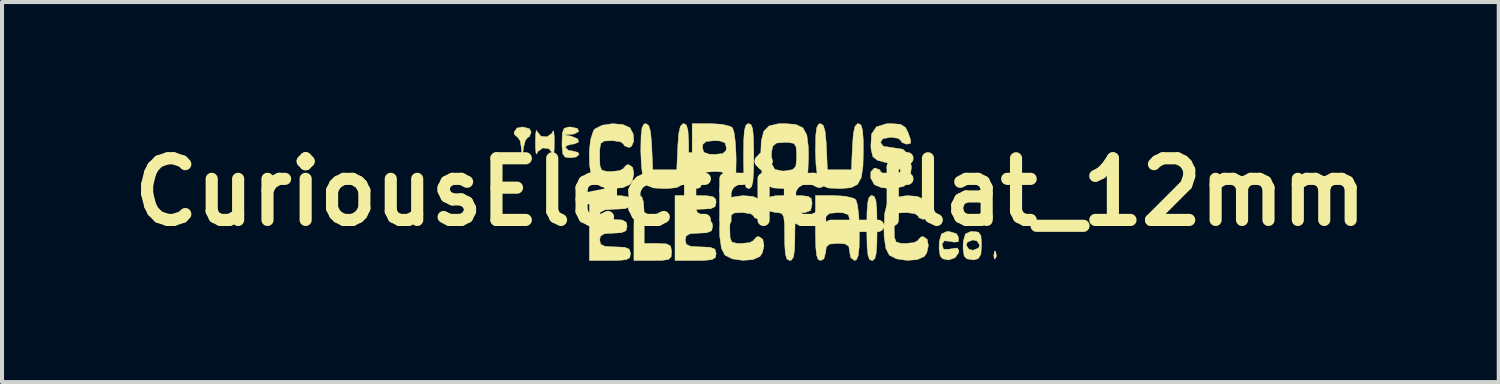
<source format=kicad_pcb>
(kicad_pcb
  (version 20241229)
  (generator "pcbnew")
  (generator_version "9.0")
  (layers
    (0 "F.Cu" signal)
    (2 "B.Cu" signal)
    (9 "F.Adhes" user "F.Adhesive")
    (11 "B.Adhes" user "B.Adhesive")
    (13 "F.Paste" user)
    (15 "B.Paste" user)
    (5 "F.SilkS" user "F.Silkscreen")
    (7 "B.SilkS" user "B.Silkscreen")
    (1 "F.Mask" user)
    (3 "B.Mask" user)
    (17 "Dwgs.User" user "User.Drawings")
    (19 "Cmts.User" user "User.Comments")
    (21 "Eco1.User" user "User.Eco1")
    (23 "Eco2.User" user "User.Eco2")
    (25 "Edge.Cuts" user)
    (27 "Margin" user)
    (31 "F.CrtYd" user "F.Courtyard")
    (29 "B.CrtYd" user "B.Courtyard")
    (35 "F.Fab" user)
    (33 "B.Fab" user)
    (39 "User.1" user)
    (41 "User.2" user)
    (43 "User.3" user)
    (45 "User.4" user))
  (footprint "CuriousElectric_flat_12mm"
    (layer "F.Cu")
    (at 15.501 1.698)
    (property "Reference" "CuriousElectric_flat_12mm" (at 0 0 0) (layer "F.SilkS") (effects (font (size 1.524 1.524) (thickness 0.3))))
    (attr through_hole)
    (fp_poly (pts (xy 6.083 1.576) (xy 6.069 1.625) (xy 6.032 1.657) (xy 6.018 1.573) (xy 6.034 1.464) (xy 6.062 1.462) (xy 6.083 1.576)) (stroke (width 0.01) (type solid)) (fill yes) (layer "F.SilkS"))
    (fp_poly (pts (xy -5.46 -1.565) (xy -5.419 -1.482) (xy -5.462 -1.369) (xy -5.498 -1.355) (xy -5.561 -1.281) (xy -5.609 -1.1) (xy -5.611 -1.079) (xy -5.646 -0.804) (xy -5.659 -1.079) (xy -5.691 -1.267) (xy -5.751 -1.354) (xy -5.757 -1.355) (xy -5.832 -1.423) (xy -5.842 -1.482) (xy -5.768 -1.584) (xy -5.63 -1.609) (xy -5.46 -1.565)) (stroke (width 0.01) (type solid)) (fill yes) (layer "F.SilkS"))
    (fp_poly (pts (xy -5.276 -1.503) (xy -5.177 -1.381) (xy -5.027 -1.365) (xy -4.904 -1.455) (xy -4.884 -1.503) (xy -4.863 -1.514) (xy -4.849 -1.385) (xy -4.846 -1.228) (xy -4.852 -1.019) (xy -4.869 -0.929) (xy -4.884 -0.953) (xy -4.983 -1.074) (xy -5.133 -1.09) (xy -5.256 -1.001) (xy -5.276 -0.953) (xy -5.297 -0.942) (xy -5.311 -1.071) (xy -5.314 -1.228) (xy -5.308 -1.437) (xy -5.291 -1.527) (xy -5.276 -1.503)) (stroke (width 0.01) (type solid)) (fill yes) (layer "F.SilkS"))
    (fp_poly (pts (xy 0.018 -1.665) (xy 0.057 -1.559) (xy 0.077 -1.349) (xy 0.084 -1.006) (xy 0.085 -0.889) (xy 0.08 -0.506) (xy 0.063 -0.263) (xy 0.03 -0.133) (xy -0.024 -0.086) (xy -0.042 -0.085) (xy -0.103 -0.113) (xy -0.141 -0.219) (xy -0.162 -0.429) (xy -0.169 -0.772) (xy -0.169 -0.889) (xy -0.165 -1.272) (xy -0.148 -1.515) (xy -0.115 -1.645) (xy -0.061 -1.692) (xy -0.042 -1.693) (xy 0.018 -1.665)) (stroke (width 0.01) (type solid)) (fill yes) (layer "F.SilkS"))
    (fp_poly (pts (xy 3.066 0.113) (xy 3.105 0.219) (xy 3.125 0.429) (xy 3.132 0.772) (xy 3.133 0.889) (xy 3.128 1.272) (xy 3.111 1.515) (xy 3.078 1.645) (xy 3.024 1.692) (xy 3.006 1.693) (xy 2.945 1.665) (xy 2.907 1.559) (xy 2.886 1.349) (xy 2.879 1.006) (xy 2.879 0.889) (xy 2.883 0.506) (xy 2.9 0.263) (xy 2.933 0.133) (xy 2.987 0.086) (xy 3.006 0.085) (xy 3.066 0.113)) (stroke (width 0.01) (type solid)) (fill yes) (layer "F.SilkS"))
    (fp_poly (pts (xy -2.683 0.12) (xy -2.643 0.245) (xy -2.627 0.492) (xy -2.625 0.677) (xy -2.625 1.27) (xy -2.286 1.27) (xy -2.068 1.282) (xy -1.971 1.336) (xy -1.947 1.463) (xy -1.947 1.482) (xy -1.959 1.603) (xy -2.023 1.666) (xy -2.18 1.69) (xy -2.413 1.693) (xy -2.879 1.693) (xy -2.879 0.889) (xy -2.874 0.506) (xy -2.857 0.263) (xy -2.824 0.133) (xy -2.77 0.086) (xy -2.752 0.085) (xy -2.683 0.12)) (stroke (width 0.01) (type solid)) (fill yes) (layer "F.SilkS"))
    (fp_poly (pts (xy 5.095 1.029) (xy 5.149 1.125) (xy 5.142 1.229) (xy 5.033 1.238) (xy 4.96 1.222) (xy 4.797 1.205) (xy 4.743 1.281) (xy 4.741 1.312) (xy 4.777 1.412) (xy 4.913 1.414) (xy 4.96 1.403) (xy 5.116 1.383) (xy 5.156 1.449) (xy 5.149 1.5) (xy 5.06 1.625) (xy 4.901 1.679) (xy 4.75 1.648) (xy 4.692 1.579) (xy 4.665 1.404) (xy 4.672 1.214) (xy 4.724 1.036) (xy 4.854 0.976) (xy 4.91 0.974) (xy 5.095 1.029)) (stroke (width 0.01) (type solid)) (fill yes) (layer "F.SilkS"))
    (fp_poly (pts (xy 5.64 0.992) (xy 5.7 1.079) (xy 5.715 1.283) (xy 5.715 1.312) (xy 5.7 1.536) (xy 5.638 1.643) (xy 5.524 1.678) (xy 5.35 1.651) (xy 5.285 1.579) (xy 5.258 1.404) (xy 5.261 1.312) (xy 5.334 1.312) (xy 5.405 1.416) (xy 5.503 1.439) (xy 5.641 1.386) (xy 5.673 1.312) (xy 5.602 1.209) (xy 5.503 1.185) (xy 5.365 1.238) (xy 5.334 1.312) (xy 5.261 1.312) (xy 5.264 1.214) (xy 5.316 1.036) (xy 5.446 0.976) (xy 5.503 0.974) (xy 5.64 0.992)) (stroke (width 0.01) (type solid)) (fill yes) (layer "F.SilkS"))
    (fp_poly (pts (xy -4.276 -1.573) (xy -4.242 -1.499) (xy -4.35 -1.438) (xy -4.424 -1.428) (xy -4.614 -1.416) (xy -4.424 -1.38) (xy -4.268 -1.314) (xy -4.246 -1.235) (xy -4.363 -1.187) (xy -4.403 -1.185) (xy -4.54 -1.15) (xy -4.572 -1.101) (xy -4.501 -1.032) (xy -4.403 -1.016) (xy -4.265 -0.981) (xy -4.233 -0.931) (xy -4.306 -0.868) (xy -4.445 -0.847) (xy -4.576 -0.862) (xy -4.637 -0.94) (xy -4.656 -1.125) (xy -4.657 -1.228) (xy -4.648 -1.463) (xy -4.605 -1.574) (xy -4.502 -1.607) (xy -4.445 -1.609) (xy -4.276 -1.573)) (stroke (width 0.01) (type solid)) (fill yes) (layer "F.SilkS"))
    (fp_poly (pts (xy -1.582 -1.657) (xy -1.544 -1.529) (xy -1.526 -1.279) (xy -1.524 -1.053) (xy -1.534 -0.634) (xy -1.577 -0.355) (xy -1.669 -0.189) (xy -1.827 -0.109) (xy -2.068 -0.085) (xy -2.117 -0.085) (xy -2.393 -0.101) (xy -2.55 -0.161) (xy -2.622 -0.248) (xy -2.665 -0.411) (xy -2.696 -0.686) (xy -2.709 -1.017) (xy -2.709 -1.053) (xy -2.702 -1.392) (xy -2.678 -1.591) (xy -2.63 -1.68) (xy -2.586 -1.693) (xy -2.515 -1.649) (xy -2.469 -1.496) (xy -2.442 -1.207) (xy -2.438 -1.122) (xy -2.413 -0.55) (xy -1.82 -0.55) (xy -1.795 -1.122) (xy -1.772 -1.444) (xy -1.731 -1.625) (xy -1.666 -1.691) (xy -1.647 -1.693) (xy -1.582 -1.657)) (stroke (width 0.01) (type solid)) (fill yes) (layer "F.SilkS"))
    (fp_poly (pts (xy 2.736 -1.657) (xy 2.774 -1.529) (xy 2.792 -1.279) (xy 2.794 -1.053) (xy 2.784 -0.634) (xy 2.741 -0.355) (xy 2.649 -0.189) (xy 2.491 -0.109) (xy 2.25 -0.085) (xy 2.201 -0.085) (xy 1.925 -0.101) (xy 1.768 -0.161) (xy 1.696 -0.248) (xy 1.653 -0.411) (xy 1.622 -0.686) (xy 1.609 -1.017) (xy 1.609 -1.053) (xy 1.616 -1.392) (xy 1.64 -1.591) (xy 1.688 -1.68) (xy 1.732 -1.693) (xy 1.803 -1.649) (xy 1.849 -1.496) (xy 1.876 -1.207) (xy 1.88 -1.122) (xy 1.905 -0.55) (xy 2.498 -0.55) (xy 2.523 -1.122) (xy 2.546 -1.444) (xy 2.587 -1.625) (xy 2.652 -1.691) (xy 2.671 -1.693) (xy 2.736 -1.657)) (stroke (width 0.01) (type solid)) (fill yes) (layer "F.SilkS"))
    (fp_poly (pts (xy 1.27 0.088) (xy 1.434 0.109) (xy 1.506 0.162) (xy 1.524 0.262) (xy 1.524 0.296) (xy 1.489 0.457) (xy 1.351 0.507) (xy 1.312 0.508) (xy 1.202 0.517) (xy 1.138 0.567) (xy 1.109 0.697) (xy 1.101 0.943) (xy 1.101 1.101) (xy 1.093 1.423) (xy 1.066 1.607) (xy 1.013 1.685) (xy 0.974 1.693) (xy 0.905 1.658) (xy 0.865 1.533) (xy 0.849 1.286) (xy 0.847 1.101) (xy 0.844 0.791) (xy 0.825 0.614) (xy 0.779 0.532) (xy 0.691 0.509) (xy 0.635 0.508) (xy 0.474 0.473) (xy 0.424 0.335) (xy 0.423 0.296) (xy 0.433 0.183) (xy 0.487 0.119) (xy 0.625 0.091) (xy 0.884 0.085) (xy 0.974 0.085) (xy 1.27 0.088)) (stroke (width 0.01) (type solid)) (fill yes) (layer "F.SilkS"))
    (fp_poly (pts (xy -3.188 0.091) (xy -3.034 0.118) (xy -2.973 0.179) (xy -2.963 0.254) (xy -2.988 0.36) (xy -3.092 0.41) (xy -3.317 0.423) (xy -3.344 0.423) (xy -3.595 0.44) (xy -3.71 0.496) (xy -3.725 0.55) (xy -3.669 0.639) (xy -3.484 0.675) (xy -3.387 0.677) (xy -3.165 0.692) (xy -3.067 0.749) (xy -3.048 0.847) (xy -3.076 0.957) (xy -3.191 1.006) (xy -3.387 1.016) (xy -3.608 1.03) (xy -3.706 1.088) (xy -3.725 1.185) (xy -3.7 1.291) (xy -3.597 1.341) (xy -3.372 1.355) (xy -3.344 1.355) (xy -3.106 1.366) (xy -2.994 1.412) (xy -2.963 1.512) (xy -2.963 1.524) (xy -2.982 1.619) (xy -3.063 1.67) (xy -3.246 1.69) (xy -3.471 1.693) (xy -3.979 1.693) (xy -3.979 0.085) (xy -3.471 0.085) (xy -3.188 0.091)) (stroke (width 0.01) (type solid)) (fill yes) (layer "F.SilkS"))
    (fp_poly (pts (xy -1.071 0.091) (xy -0.918 0.118) (xy -0.856 0.179) (xy -0.847 0.254) (xy -0.872 0.36) (xy -0.975 0.41) (xy -1.2 0.423) (xy -1.228 0.423) (xy -1.479 0.44) (xy -1.593 0.496) (xy -1.609 0.55) (xy -1.553 0.639) (xy -1.367 0.675) (xy -1.27 0.677) (xy -1.048 0.692) (xy -0.951 0.749) (xy -0.931 0.847) (xy -0.96 0.957) (xy -1.075 1.006) (xy -1.27 1.016) (xy -1.492 1.03) (xy -1.589 1.088) (xy -1.609 1.185) (xy -1.584 1.291) (xy -1.48 1.341) (xy -1.255 1.355) (xy -1.228 1.355) (xy -0.99 1.366) (xy -0.877 1.412) (xy -0.847 1.512) (xy -0.847 1.524) (xy -0.865 1.619) (xy -0.947 1.67) (xy -1.13 1.69) (xy -1.355 1.693) (xy -1.863 1.693) (xy -1.863 0.085) (xy -1.355 0.085) (xy -1.071 0.091)) (stroke (width 0.01) (type solid)) (fill yes) (layer "F.SilkS"))
    (fp_poly (pts (xy 1.125 -1.671) (xy 1.301 -1.586) (xy 1.397 -1.407) (xy 1.435 -1.105) (xy 1.439 -0.889) (xy 1.423 -0.512) (xy 1.36 -0.272) (xy 1.228 -0.142) (xy 1.006 -0.09) (xy 0.847 -0.085) (xy 0.571 -0.101) (xy 0.413 -0.161) (xy 0.342 -0.248) (xy 0.292 -0.423) (xy 0.261 -0.694) (xy 0.26 -0.709) (xy 0.52 -0.709) (xy 0.604 -0.56) (xy 0.793 -0.519) (xy 0.867 -0.524) (xy 1.044 -0.554) (xy 1.123 -0.634) (xy 1.143 -0.817) (xy 1.143 -0.889) (xy 1.134 -1.106) (xy 1.079 -1.202) (xy 0.934 -1.227) (xy 0.847 -1.228) (xy 0.644 -1.211) (xy 0.553 -1.132) (xy 0.523 -0.988) (xy 0.52 -0.709) (xy 0.26 -0.709) (xy 0.254 -0.889) (xy 0.27 -1.266) (xy 0.333 -1.506) (xy 0.465 -1.636) (xy 0.687 -1.688) (xy 0.847 -1.693) (xy 1.125 -1.671)) (stroke (width 0.01) (type solid)) (fill yes) (layer "F.SilkS"))
    (fp_poly (pts (xy -3.153 -1.67) (xy -2.98 -1.592) (xy -2.896 -1.437) (xy -2.883 -1.26) (xy -2.938 -1.129) (xy -3.006 -1.101) (xy -3.118 -1.146) (xy -3.133 -1.185) (xy -3.207 -1.241) (xy -3.39 -1.269) (xy -3.429 -1.27) (xy -3.611 -1.262) (xy -3.697 -1.207) (xy -3.724 -1.059) (xy -3.725 -0.889) (xy -3.719 -0.655) (xy -3.676 -0.544) (xy -3.561 -0.51) (xy -3.429 -0.508) (xy -3.233 -0.529) (xy -3.135 -0.582) (xy -3.133 -0.593) (xy -3.064 -0.668) (xy -3.006 -0.677) (xy -2.91 -0.61) (xy -2.88 -0.454) (xy -2.919 -0.277) (xy -2.98 -0.186) (xy -3.156 -0.107) (xy -3.41 -0.089) (xy -3.667 -0.127) (xy -3.846 -0.218) (xy -3.931 -0.394) (xy -3.976 -0.673) (xy -3.983 -0.994) (xy -3.951 -1.295) (xy -3.88 -1.514) (xy -3.846 -1.56) (xy -3.665 -1.652) (xy -3.408 -1.69) (xy -3.153 -1.67)) (stroke (width 0.01) (type solid)) (fill yes) (layer "F.SilkS"))
    (fp_poly (pts (xy 0.064 0.108) (xy 0.237 0.186) (xy 0.321 0.341) (xy 0.334 0.518) (xy 0.279 0.649) (xy 0.212 0.677) (xy 0.099 0.632) (xy 0.085 0.593) (xy 0.01 0.537) (xy -0.173 0.509) (xy -0.212 0.508) (xy -0.394 0.516) (xy -0.48 0.571) (xy -0.506 0.719) (xy -0.508 0.889) (xy -0.502 1.123) (xy -0.459 1.234) (xy -0.344 1.268) (xy -0.212 1.27) (xy -0.016 1.249) (xy 0.082 1.196) (xy 0.085 1.185) (xy 0.153 1.11) (xy 0.212 1.101) (xy 0.307 1.168) (xy 0.337 1.324) (xy 0.298 1.501) (xy 0.237 1.592) (xy 0.062 1.671) (xy -0.193 1.689) (xy -0.45 1.651) (xy -0.629 1.56) (xy -0.715 1.394) (xy -0.757 1.1) (xy -0.762 0.889) (xy -0.742 0.519) (xy -0.68 0.29) (xy -0.629 0.218) (xy -0.447 0.126) (xy -0.191 0.088) (xy 0.064 0.108)) (stroke (width 0.01) (type solid)) (fill yes) (layer "F.SilkS"))
    (fp_poly (pts (xy 4.128 0.108) (xy 4.301 0.186) (xy 4.385 0.341) (xy 4.398 0.518) (xy 4.343 0.649) (xy 4.276 0.677) (xy 4.163 0.632) (xy 4.149 0.593) (xy 4.074 0.537) (xy 3.891 0.509) (xy 3.852 0.508) (xy 3.67 0.516) (xy 3.584 0.571) (xy 3.558 0.719) (xy 3.556 0.889) (xy 3.562 1.123) (xy 3.605 1.234) (xy 3.72 1.268) (xy 3.852 1.27) (xy 4.048 1.249) (xy 4.146 1.196) (xy 4.149 1.185) (xy 4.217 1.11) (xy 4.276 1.101) (xy 4.371 1.168) (xy 4.401 1.324) (xy 4.362 1.501) (xy 4.301 1.592) (xy 4.126 1.671) (xy 3.871 1.689) (xy 3.614 1.651) (xy 3.435 1.56) (xy 3.349 1.394) (xy 3.307 1.1) (xy 3.302 0.889) (xy 3.322 0.519) (xy 3.384 0.29) (xy 3.435 0.218) (xy 3.617 0.126) (xy 3.873 0.088) (xy 4.128 0.108)) (stroke (width 0.01) (type solid)) (fill yes) (layer "F.SilkS"))
    (fp_poly (pts (xy -0.697 -1.674) (xy -0.494 -1.623) (xy -0.44 -1.587) (xy -0.399 -1.457) (xy -0.368 -1.205) (xy -0.353 -0.88) (xy -0.352 -0.783) (xy -0.358 -0.425) (xy -0.381 -0.208) (xy -0.424 -0.105) (xy -0.472 -0.085) (xy -0.567 -0.158) (xy -0.593 -0.296) (xy -0.615 -0.439) (xy -0.714 -0.498) (xy -0.889 -0.508) (xy -1.089 -0.492) (xy -1.171 -0.421) (xy -1.185 -0.296) (xy -1.229 -0.126) (xy -1.312 -0.085) (xy -1.373 -0.113) (xy -1.411 -0.219) (xy -1.432 -0.429) (xy -1.439 -0.772) (xy -1.439 -0.889) (xy -1.439 -1.101) (xy -1.185 -1.101) (xy -1.152 -0.984) (xy -1.023 -0.937) (xy -0.889 -0.931) (xy -0.685 -0.95) (xy -0.602 -1.024) (xy -0.593 -1.101) (xy -0.626 -1.217) (xy -0.755 -1.264) (xy -0.889 -1.27) (xy -1.093 -1.251) (xy -1.176 -1.177) (xy -1.185 -1.101) (xy -1.439 -1.101) (xy -1.439 -1.693) (xy -0.984 -1.693) (xy -0.697 -1.674)) (stroke (width 0.01) (type solid)) (fill yes) (layer "F.SilkS"))
    (fp_poly (pts (xy 2.351 0.104) (xy 2.554 0.155) (xy 2.608 0.191) (xy 2.649 0.321) (xy 2.68 0.573) (xy 2.695 0.898) (xy 2.696 0.995) (xy 2.69 1.353) (xy 2.667 1.57) (xy 2.624 1.673) (xy 2.576 1.693) (xy 2.481 1.62) (xy 2.455 1.482) (xy 2.433 1.339) (xy 2.334 1.28) (xy 2.159 1.27) (xy 1.959 1.286) (xy 1.877 1.357) (xy 1.863 1.482) (xy 1.819 1.652) (xy 1.736 1.693) (xy 1.675 1.665) (xy 1.637 1.559) (xy 1.616 1.349) (xy 1.609 1.006) (xy 1.609 0.889) (xy 1.609 0.677) (xy 1.863 0.677) (xy 1.896 0.794) (xy 2.025 0.841) (xy 2.159 0.847) (xy 2.363 0.828) (xy 2.446 0.754) (xy 2.455 0.677) (xy 2.422 0.561) (xy 2.293 0.514) (xy 2.159 0.508) (xy 1.955 0.527) (xy 1.872 0.601) (xy 1.863 0.677) (xy 1.609 0.677) (xy 1.609 0.085) (xy 2.064 0.085) (xy 2.351 0.104)) (stroke (width 0.01) (type solid)) (fill yes) (layer "F.SilkS"))
    (fp_poly (pts (xy 3.713 -1.674) (xy 3.837 -1.594) (xy 3.897 -1.476) (xy 3.964 -1.285) (xy 3.961 -1.204) (xy 3.881 -1.186) (xy 3.852 -1.185) (xy 3.74 -1.231) (xy 3.725 -1.27) (xy 3.652 -1.329) (xy 3.474 -1.355) (xy 3.471 -1.355) (xy 3.27 -1.317) (xy 3.217 -1.228) (xy 3.286 -1.131) (xy 3.497 -1.101) (xy 3.772 -1.057) (xy 3.925 -0.912) (xy 3.979 -0.64) (xy 3.979 -0.593) (xy 3.939 -0.304) (xy 3.801 -0.144) (xy 3.54 -0.086) (xy 3.471 -0.085) (xy 3.239 -0.111) (xy 3.076 -0.177) (xy 3.065 -0.186) (xy 2.977 -0.342) (xy 2.977 -0.498) (xy 3.059 -0.588) (xy 3.09 -0.593) (xy 3.203 -0.547) (xy 3.217 -0.508) (xy 3.291 -0.449) (xy 3.468 -0.423) (xy 3.471 -0.423) (xy 3.669 -0.454) (xy 3.722 -0.529) (xy 3.638 -0.623) (xy 3.428 -0.709) (xy 3.365 -0.725) (xy 3.139 -0.786) (xy 3.03 -0.873) (xy 2.988 -1.036) (xy 2.979 -1.128) (xy 2.995 -1.433) (xy 3.117 -1.613) (xy 3.362 -1.688) (xy 3.484 -1.693) (xy 3.713 -1.674)) (stroke (width 0.01) (type solid)) (fill yes) (layer "F.SilkS")))
  (gr_rect
    (start -3 -3)
    (end 34.003 6.397)
    (stroke (width 0.1) (type default))
    (fill no)
    (layer "Edge.Cuts")))
</source>
